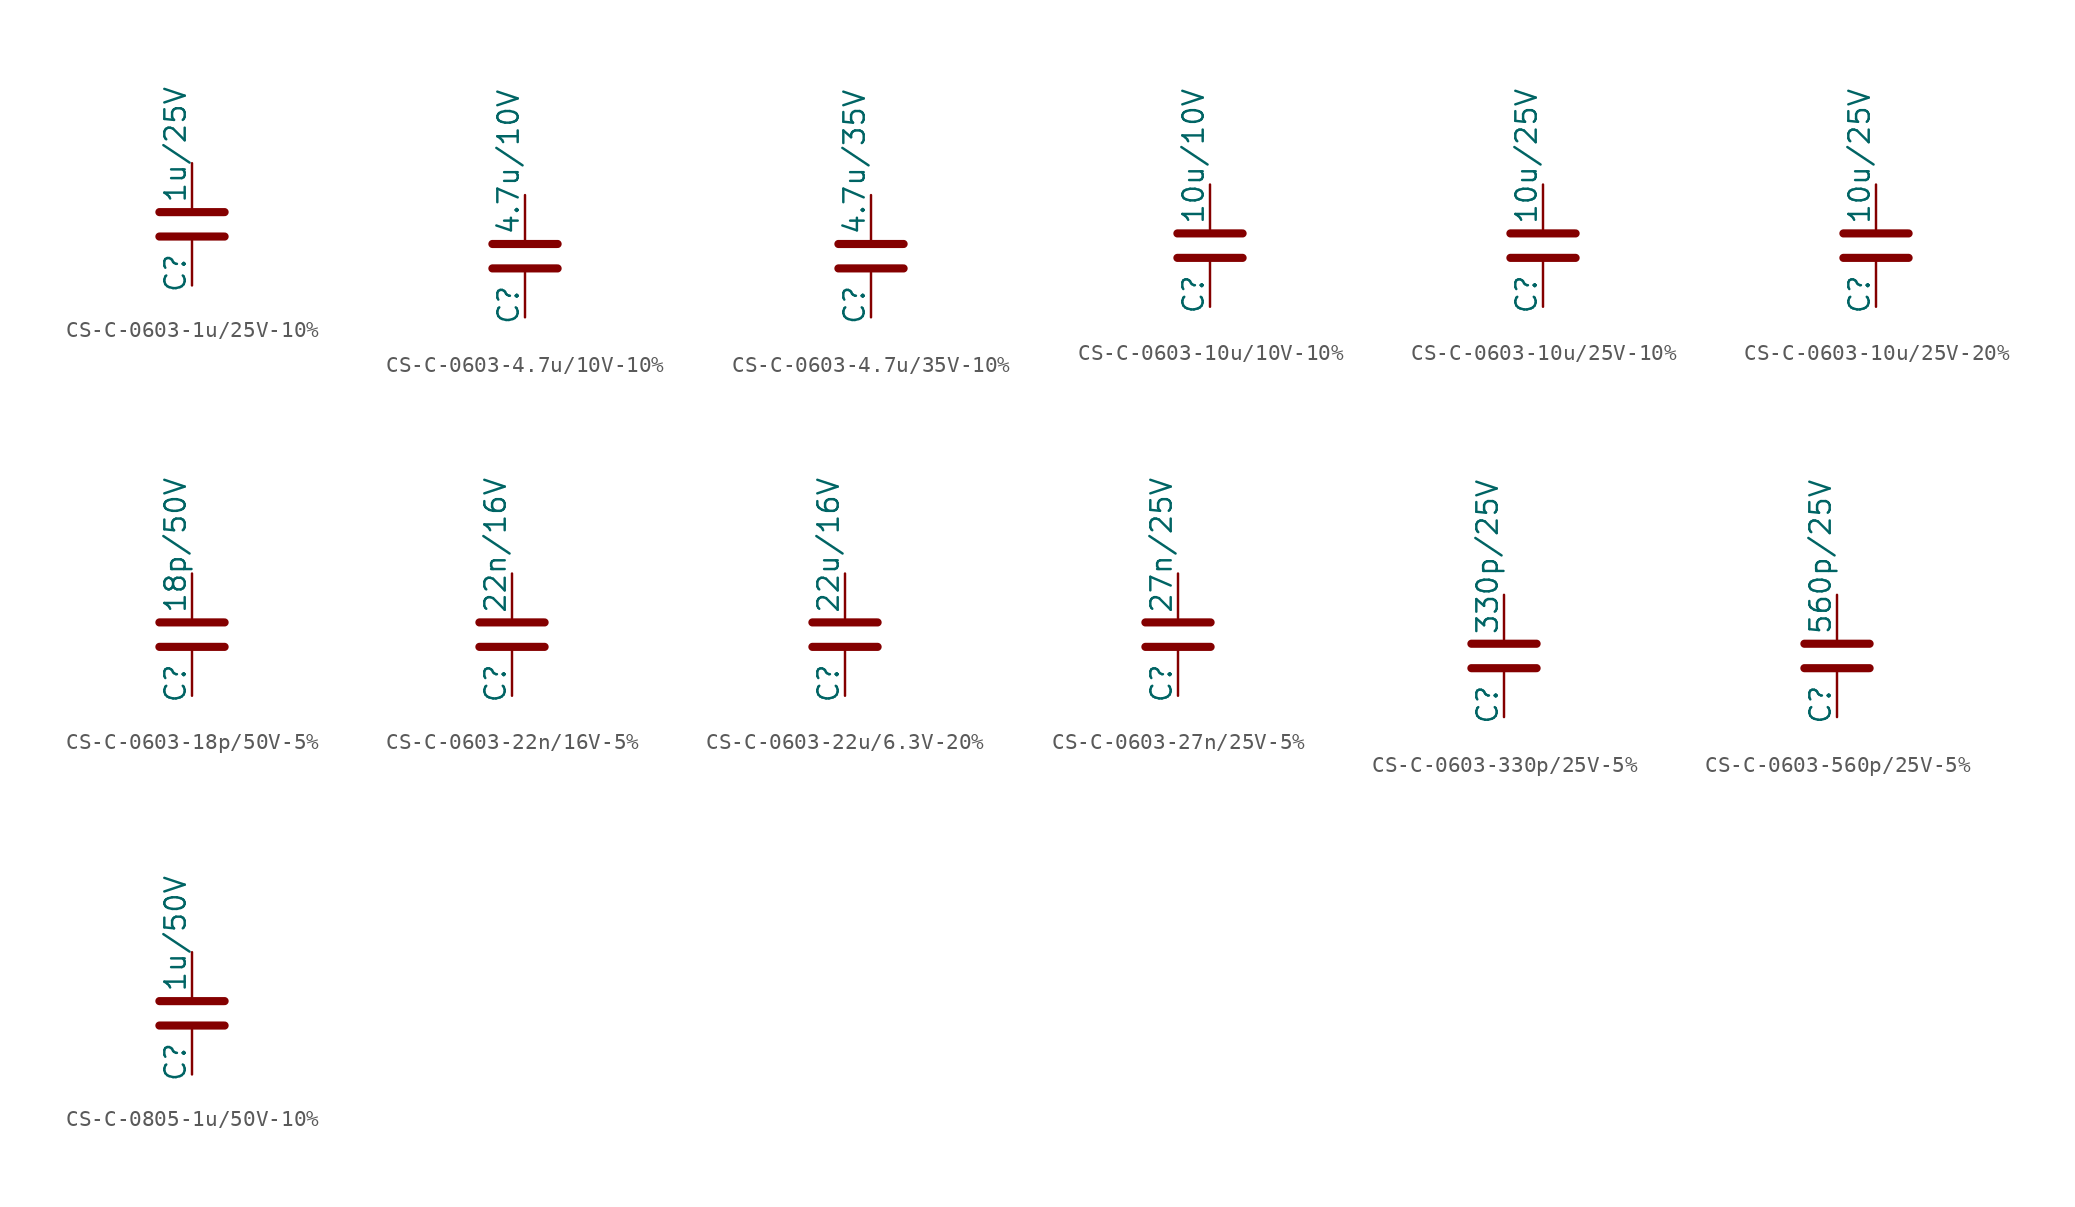
<source format=kicad_sym>
(kicad_symbol_lib
  (version 20241209)
  (generator "kicad_symbol_editor")
  (generator_version "9.0")
  (symbol "CS-C-0603-1u/25V-10%"
    (pin_numbers
      (hide yes))
    (property "Reference" "C"
      (at -1.778 -4.318 90)
      (effects (font (size 1.27 1.27)) (justify left top)))
    (property "Value" "1u/25V"
      (at -1.778 1.27 90)
      (effects (font (size 1.27 1.27)) (justify left top)))
    (symbol "CS-C-0603-1u/25V-10%_0_1"
      (polyline (pts (xy -2.032 0.762) (xy 2.032 0.762)) (stroke (width 0.508) (type default)) (fill (type none)))
      (polyline (pts (xy -2.032 -0.762) (xy 2.032 -0.762)) (stroke (width 0.508) (type default)) (fill (type none))))
    (symbol "CS-C-0603-1u/25V-10%_1_1"
      (pin passive line (at 0 3.81 270) (length 2.794) (name "~" (effects (font (size 1.27 1.27)))) (number "1" (effects (font (size 1.27 1.27)))))
      (pin passive line (at 0 -3.81 90) (length 2.794) (name "~" (effects (font (size 1.27 1.27)))) (number "2" (effects (font (size 1.27 1.27)))))))
  (symbol "CS-C-0603-4.7u/10V-10%"
    (pin_numbers
      (hide yes))
    (property "Reference" "C"
      (at -1.778 -4.318 90)
      (effects (font (size 1.27 1.27)) (justify left top)))
    (property "Value" "4.7u/10V"
      (at -1.778 1.27 90)
      (effects (font (size 1.27 1.27)) (justify left top)))
    (symbol "CS-C-0603-4.7u/10V-10%_0_1"
      (polyline (pts (xy -2.032 0.762) (xy 2.032 0.762)) (stroke (width 0.508) (type default)) (fill (type none)))
      (polyline (pts (xy -2.032 -0.762) (xy 2.032 -0.762)) (stroke (width 0.508) (type default)) (fill (type none))))
    (symbol "CS-C-0603-4.7u/10V-10%_1_1"
      (pin passive line (at 0 3.81 270) (length 2.794) (name "~" (effects (font (size 1.27 1.27)))) (number "1" (effects (font (size 1.27 1.27)))))
      (pin passive line (at 0 -3.81 90) (length 2.794) (name "~" (effects (font (size 1.27 1.27)))) (number "2" (effects (font (size 1.27 1.27)))))))
  (symbol "CS-C-0603-4.7u/35V-10%"
    (pin_numbers
      (hide yes))
    (property "Reference" "C"
      (at -1.778 -4.318 90)
      (effects (font (size 1.27 1.27)) (justify left top)))
    (property "Value" "4.7u/35V"
      (at -1.778 1.27 90)
      (effects (font (size 1.27 1.27)) (justify left top)))
    (symbol "CS-C-0603-4.7u/35V-10%_0_1"
      (polyline (pts (xy -2.032 0.762) (xy 2.032 0.762)) (stroke (width 0.508) (type default)) (fill (type none)))
      (polyline (pts (xy -2.032 -0.762) (xy 2.032 -0.762)) (stroke (width 0.508) (type default)) (fill (type none))))
    (symbol "CS-C-0603-4.7u/35V-10%_1_1"
      (pin passive line (at 0 3.81 270) (length 2.794) (name "~" (effects (font (size 1.27 1.27)))) (number "1" (effects (font (size 1.27 1.27)))))
      (pin passive line (at 0 -3.81 90) (length 2.794) (name "~" (effects (font (size 1.27 1.27)))) (number "2" (effects (font (size 1.27 1.27)))))))
  (symbol "CS-C-0603-10u/10V-10%"
    (pin_numbers
      (hide yes))
    (property "Reference" "C"
      (at -1.778 -4.318 90)
      (effects (font (size 1.27 1.27)) (justify left top)))
    (property "Value" "10u/10V"
      (at -1.778 1.27 90)
      (effects (font (size 1.27 1.27)) (justify left top)))
    (symbol "CS-C-0603-10u/10V-10%_0_1"
      (polyline (pts (xy -2.032 0.762) (xy 2.032 0.762)) (stroke (width 0.508) (type default)) (fill (type none)))
      (polyline (pts (xy -2.032 -0.762) (xy 2.032 -0.762)) (stroke (width 0.508) (type default)) (fill (type none))))
    (symbol "CS-C-0603-10u/10V-10%_1_1"
      (pin passive line (at 0 3.81 270) (length 2.794) (name "~" (effects (font (size 1.27 1.27)))) (number "1" (effects (font (size 1.27 1.27)))))
      (pin passive line (at 0 -3.81 90) (length 2.794) (name "~" (effects (font (size 1.27 1.27)))) (number "2" (effects (font (size 1.27 1.27)))))))
  (symbol "CS-C-0603-10u/25V-10%"
    (pin_numbers
      (hide yes))
    (property "Reference" "C"
      (at -1.778 -4.318 90)
      (effects (font (size 1.27 1.27)) (justify left top)))
    (property "Value" "10u/25V"
      (at -1.778 1.27 90)
      (effects (font (size 1.27 1.27)) (justify left top)))
    (symbol "CS-C-0603-10u/25V-10%_0_1"
      (polyline (pts (xy -2.032 0.762) (xy 2.032 0.762)) (stroke (width 0.508) (type default)) (fill (type none)))
      (polyline (pts (xy -2.032 -0.762) (xy 2.032 -0.762)) (stroke (width 0.508) (type default)) (fill (type none))))
    (symbol "CS-C-0603-10u/25V-10%_1_1"
      (pin passive line (at 0 3.81 270) (length 2.794) (name "~" (effects (font (size 1.27 1.27)))) (number "1" (effects (font (size 1.27 1.27)))))
      (pin passive line (at 0 -3.81 90) (length 2.794) (name "~" (effects (font (size 1.27 1.27)))) (number "2" (effects (font (size 1.27 1.27)))))))
  (symbol "CS-C-0603-10u/25V-20%"
    (pin_numbers
      (hide yes))
    (property "Reference" "C"
      (at -1.778 -4.318 90)
      (effects (font (size 1.27 1.27)) (justify left top)))
    (property "Value" "10u/25V"
      (at -1.778 1.27 90)
      (effects (font (size 1.27 1.27)) (justify left top)))
    (symbol "CS-C-0603-10u/25V-20%_0_1"
      (polyline (pts (xy -2.032 0.762) (xy 2.032 0.762)) (stroke (width 0.508) (type default)) (fill (type none)))
      (polyline (pts (xy -2.032 -0.762) (xy 2.032 -0.762)) (stroke (width 0.508) (type default)) (fill (type none))))
    (symbol "CS-C-0603-10u/25V-20%_1_1"
      (pin passive line (at 0 3.81 270) (length 2.794) (name "~" (effects (font (size 1.27 1.27)))) (number "1" (effects (font (size 1.27 1.27)))))
      (pin passive line (at 0 -3.81 90) (length 2.794) (name "~" (effects (font (size 1.27 1.27)))) (number "2" (effects (font (size 1.27 1.27)))))))
  (symbol "CS-C-0603-18p/50V-5%"
    (pin_numbers
      (hide yes))
    (property "Reference" "C"
      (at -1.778 -4.318 90)
      (effects (font (size 1.27 1.27)) (justify left top)))
    (property "Value" "18p/50V"
      (at -1.778 1.27 90)
      (effects (font (size 1.27 1.27)) (justify left top)))
    (symbol "CS-C-0603-18p/50V-5%_0_1"
      (polyline (pts (xy -2.032 0.762) (xy 2.032 0.762)) (stroke (width 0.508) (type default)) (fill (type none)))
      (polyline (pts (xy -2.032 -0.762) (xy 2.032 -0.762)) (stroke (width 0.508) (type default)) (fill (type none))))
    (symbol "CS-C-0603-18p/50V-5%_1_1"
      (pin passive line (at 0 3.81 270) (length 2.794) (name "~" (effects (font (size 1.27 1.27)))) (number "1" (effects (font (size 1.27 1.27)))))
      (pin passive line (at 0 -3.81 90) (length 2.794) (name "~" (effects (font (size 1.27 1.27)))) (number "2" (effects (font (size 1.27 1.27)))))))
  (symbol "CS-C-0603-22n/16V-5%"
    (pin_numbers
      (hide yes))
    (property "Reference" "C"
      (at -1.778 -4.318 90)
      (effects (font (size 1.27 1.27)) (justify left top)))
    (property "Value" "22n/16V"
      (at -1.778 1.27 90)
      (effects (font (size 1.27 1.27)) (justify left top)))
    (symbol "CS-C-0603-22n/16V-5%_0_1"
      (polyline (pts (xy -2.032 0.762) (xy 2.032 0.762)) (stroke (width 0.508) (type default)) (fill (type none)))
      (polyline (pts (xy -2.032 -0.762) (xy 2.032 -0.762)) (stroke (width 0.508) (type default)) (fill (type none))))
    (symbol "CS-C-0603-22n/16V-5%_1_1"
      (pin passive line (at 0 3.81 270) (length 2.794) (name "~" (effects (font (size 1.27 1.27)))) (number "1" (effects (font (size 1.27 1.27)))))
      (pin passive line (at 0 -3.81 90) (length 2.794) (name "~" (effects (font (size 1.27 1.27)))) (number "2" (effects (font (size 1.27 1.27)))))))
  (symbol "CS-C-0603-22u/6.3V-20%"
    (pin_numbers
      (hide yes))
    (property "Reference" "C"
      (at -1.778 -4.318 90)
      (effects (font (size 1.27 1.27)) (justify left top)))
    (property "Value" "22u/16V"
      (at -1.778 1.27 90)
      (effects (font (size 1.27 1.27)) (justify left top)))
    (symbol "CS-C-0603-22u/6.3V-20%_0_1"
      (polyline (pts (xy -2.032 0.762) (xy 2.032 0.762)) (stroke (width 0.508) (type default)) (fill (type none)))
      (polyline (pts (xy -2.032 -0.762) (xy 2.032 -0.762)) (stroke (width 0.508) (type default)) (fill (type none))))
    (symbol "CS-C-0603-22u/6.3V-20%_1_1"
      (pin passive line (at 0 3.81 270) (length 2.794) (name "~" (effects (font (size 1.27 1.27)))) (number "1" (effects (font (size 1.27 1.27)))))
      (pin passive line (at 0 -3.81 90) (length 2.794) (name "~" (effects (font (size 1.27 1.27)))) (number "2" (effects (font (size 1.27 1.27)))))))
  (symbol "CS-C-0603-27n/25V-5%"
    (pin_numbers
      (hide yes))
    (property "Reference" "C"
      (at -1.778 -4.318 90)
      (effects (font (size 1.27 1.27)) (justify left top)))
    (property "Value" "27n/25V"
      (at -1.778 1.27 90)
      (effects (font (size 1.27 1.27)) (justify left top)))
    (symbol "CS-C-0603-27n/25V-5%_0_1"
      (polyline (pts (xy -2.032 0.762) (xy 2.032 0.762)) (stroke (width 0.508) (type default)) (fill (type none)))
      (polyline (pts (xy -2.032 -0.762) (xy 2.032 -0.762)) (stroke (width 0.508) (type default)) (fill (type none))))
    (symbol "CS-C-0603-27n/25V-5%_1_1"
      (pin passive line (at 0 3.81 270) (length 2.794) (name "~" (effects (font (size 1.27 1.27)))) (number "1" (effects (font (size 1.27 1.27)))))
      (pin passive line (at 0 -3.81 90) (length 2.794) (name "~" (effects (font (size 1.27 1.27)))) (number "2" (effects (font (size 1.27 1.27)))))))
  (symbol "CS-C-0603-330p/25V-5%"
    (pin_numbers
      (hide yes))
    (property "Reference" "C"
      (at -1.778 -4.318 90)
      (effects (font (size 1.27 1.27)) (justify left top)))
    (property "Value" "330p/25V"
      (at -1.778 1.27 90)
      (effects (font (size 1.27 1.27)) (justify left top)))
    (symbol "CS-C-0603-330p/25V-5%_0_1"
      (polyline (pts (xy -2.032 0.762) (xy 2.032 0.762)) (stroke (width 0.508) (type default)) (fill (type none)))
      (polyline (pts (xy -2.032 -0.762) (xy 2.032 -0.762)) (stroke (width 0.508) (type default)) (fill (type none))))
    (symbol "CS-C-0603-330p/25V-5%_1_1"
      (pin passive line (at 0 3.81 270) (length 2.794) (name "~" (effects (font (size 1.27 1.27)))) (number "1" (effects (font (size 1.27 1.27)))))
      (pin passive line (at 0 -3.81 90) (length 2.794) (name "~" (effects (font (size 1.27 1.27)))) (number "2" (effects (font (size 1.27 1.27)))))))
  (symbol "CS-C-0603-560p/25V-5%"
    (pin_numbers
      (hide yes))
    (property "Reference" "C"
      (at -1.778 -4.318 90)
      (effects (font (size 1.27 1.27)) (justify left top)))
    (property "Value" "560p/25V"
      (at -1.778 1.27 90)
      (effects (font (size 1.27 1.27)) (justify left top)))
    (symbol "CS-C-0603-560p/25V-5%_0_1"
      (polyline (pts (xy -2.032 0.762) (xy 2.032 0.762)) (stroke (width 0.508) (type default)) (fill (type none)))
      (polyline (pts (xy -2.032 -0.762) (xy 2.032 -0.762)) (stroke (width 0.508) (type default)) (fill (type none))))
    (symbol "CS-C-0603-560p/25V-5%_1_1"
      (pin passive line (at 0 3.81 270) (length 2.794) (name "~" (effects (font (size 1.27 1.27)))) (number "1" (effects (font (size 1.27 1.27)))))
      (pin passive line (at 0 -3.81 90) (length 2.794) (name "~" (effects (font (size 1.27 1.27)))) (number "2" (effects (font (size 1.27 1.27)))))))
  (symbol "CS-C-0805-1u/50V-10%"
    (pin_numbers
      (hide yes))
    (property "Reference" "C"
      (at -1.778 -4.318 90)
      (effects (font (size 1.27 1.27)) (justify left top)))
    (property "Value" "1u/50V"
      (at -1.778 1.27 90)
      (effects (font (size 1.27 1.27)) (justify left top)))
    (symbol "CS-C-0805-1u/50V-10%_0_1"
      (polyline (pts (xy -2.032 0.762) (xy 2.032 0.762)) (stroke (width 0.508) (type default)) (fill (type none)))
      (polyline (pts (xy -2.032 -0.762) (xy 2.032 -0.762)) (stroke (width 0.508) (type default)) (fill (type none))))
    (symbol "CS-C-0805-1u/50V-10%_1_1"
      (pin passive line (at 0 3.81 270) (length 2.794) (name "~" (effects (font (size 1.27 1.27)))) (number "1" (effects (font (size 1.27 1.27)))))
      (pin passive line (at 0 -3.81 90) (length 2.794) (name "~" (effects (font (size 1.27 1.27)))) (number "2" (effects (font (size 1.27 1.27))))))))
</source>
